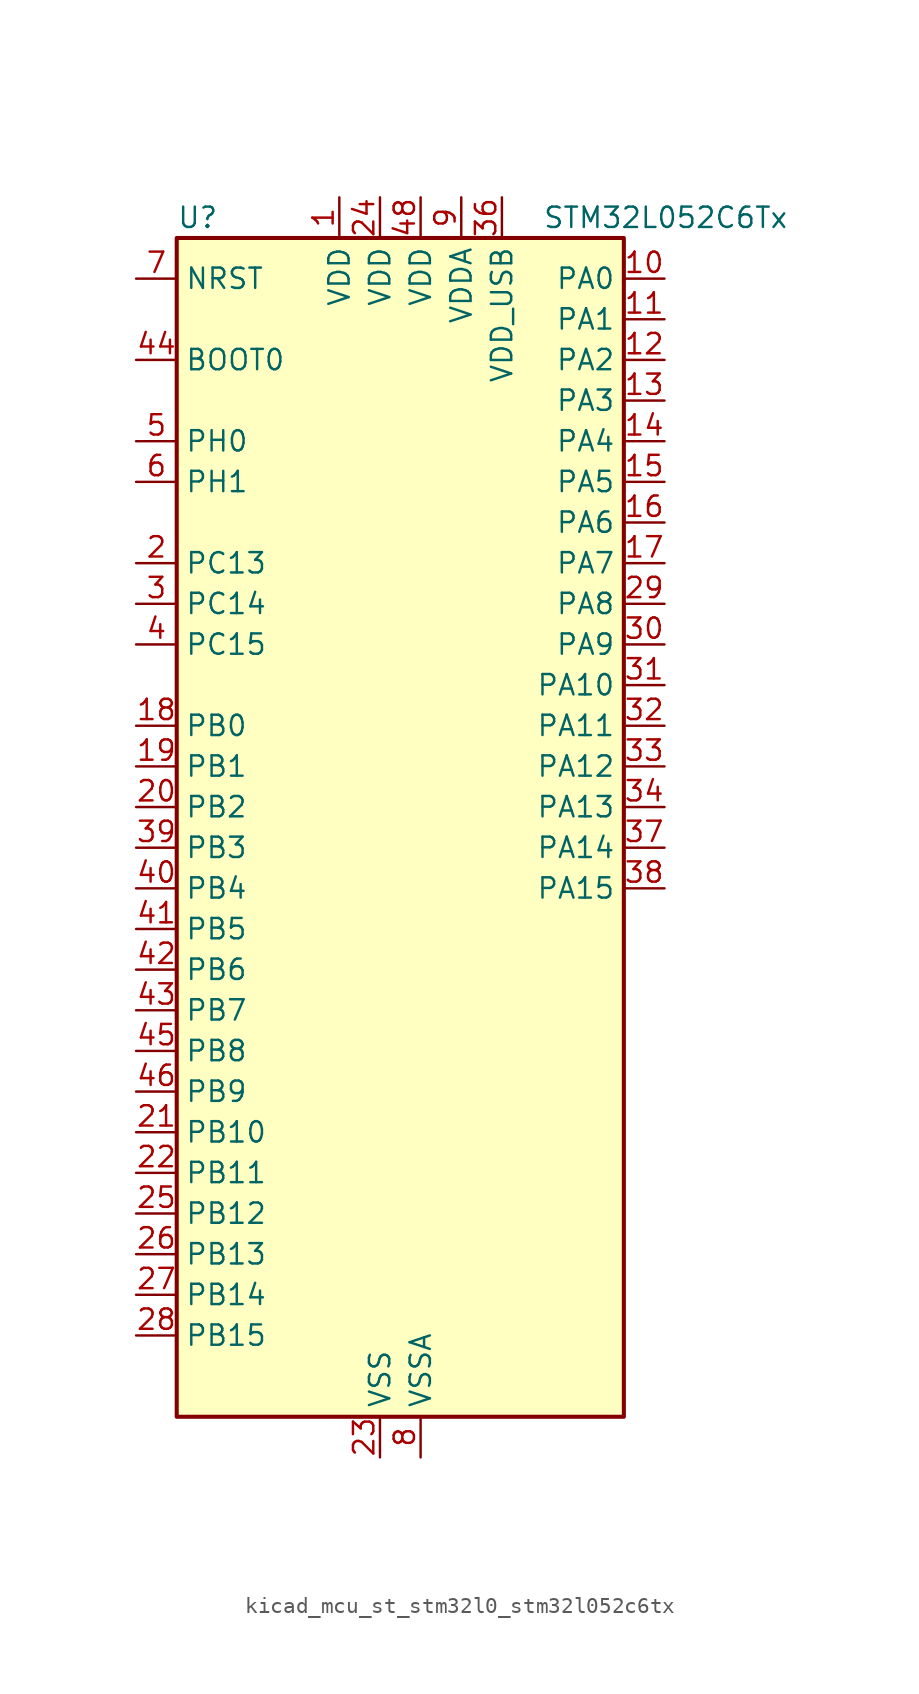
<source format=kicad_sym>
(kicad_symbol_lib
  (version 20220914)
  (generator kicad_symbol_editor)
  (symbol "kicad_mcu_st_stm32l0_stm32l052c6tx"
    (property "Reference" "U"
      (at -12.7 39.37 0)
      (effects (font (size 1.27 1.27)) (justify left)))
    (property "Value" "STM32L052C6Tx"
      (at 10.16 39.37 0)
      (effects (font (size 1.27 1.27)) (justify left)))
    (property "ki_locked" ""
      (at 0 0 0)
      (effects (font (size 1.27 1.27))))
    (symbol "kicad_mcu_st_stm32l0_stm32l052c6tx_0_1"
      (rectangle (start -12.7 -35.56) (end 15.24 38.1) (stroke (width 0.254) (type default)) (fill (type background))))
    (symbol "kicad_mcu_st_stm32l0_stm32l052c6tx_1_1"
      (pin power_in line (at -2.54 40.64 270) (length 2.54) (name "VDD" (effects (font (size 1.27 1.27)))) (number "1" (effects (font (size 1.27 1.27)))))
      (pin bidirectional line (at 17.78 35.56 180) (length 2.54) (name "PA0" (effects (font (size 1.27 1.27)))) (number "10" (effects (font (size 1.27 1.27)))) (alternate "ADC_IN0" bidirectional line) (alternate "COMP1_INM" bidirectional line) (alternate "COMP1_OUT" bidirectional line) (alternate "RTC_TAMP2" bidirectional line) (alternate "SYS_WKUP1" bidirectional line) (alternate "TIM2_CH1" bidirectional line) (alternate "TIM2_ETR" bidirectional line) (alternate "TSC_G1_IO1" bidirectional line) (alternate "USART2_CTS" bidirectional line))
      (pin bidirectional line (at 17.78 33.02 180) (length 2.54) (name "PA1" (effects (font (size 1.27 1.27)))) (number "11" (effects (font (size 1.27 1.27)))) (alternate "ADC_IN1" bidirectional line) (alternate "COMP1_INP" bidirectional line) (alternate "TIM21_ETR" bidirectional line) (alternate "TIM2_CH2" bidirectional line) (alternate "TSC_G1_IO2" bidirectional line) (alternate "USART2_DE" bidirectional line) (alternate "USART2_RTS" bidirectional line))
      (pin bidirectional line (at 17.78 30.48 180) (length 2.54) (name "PA2" (effects (font (size 1.27 1.27)))) (number "12" (effects (font (size 1.27 1.27)))) (alternate "ADC_IN2" bidirectional line) (alternate "COMP2_INM" bidirectional line) (alternate "COMP2_OUT" bidirectional line) (alternate "TIM21_CH1" bidirectional line) (alternate "TIM2_CH3" bidirectional line) (alternate "TSC_G1_IO3" bidirectional line) (alternate "USART2_TX" bidirectional line))
      (pin bidirectional line (at 17.78 27.94 180) (length 2.54) (name "PA3" (effects (font (size 1.27 1.27)))) (number "13" (effects (font (size 1.27 1.27)))) (alternate "ADC_IN3" bidirectional line) (alternate "COMP2_INP" bidirectional line) (alternate "TIM21_CH2" bidirectional line) (alternate "TIM2_CH4" bidirectional line) (alternate "TSC_G1_IO4" bidirectional line) (alternate "USART2_RX" bidirectional line))
      (pin bidirectional line (at 17.78 25.4 180) (length 2.54) (name "PA4" (effects (font (size 1.27 1.27)))) (number "14" (effects (font (size 1.27 1.27)))) (alternate "ADC_IN4" bidirectional line) (alternate "COMP1_INM" bidirectional line) (alternate "COMP2_INM" bidirectional line) (alternate "DAC_OUT1" bidirectional line) (alternate "SPI1_NSS" bidirectional line) (alternate "TIM22_ETR" bidirectional line) (alternate "TSC_G2_IO1" bidirectional line) (alternate "USART2_CK" bidirectional line))
      (pin bidirectional line (at 17.78 22.86 180) (length 2.54) (name "PA5" (effects (font (size 1.27 1.27)))) (number "15" (effects (font (size 1.27 1.27)))) (alternate "ADC_IN5" bidirectional line) (alternate "COMP1_INM" bidirectional line) (alternate "COMP2_INM" bidirectional line) (alternate "SPI1_SCK" bidirectional line) (alternate "TIM2_CH1" bidirectional line) (alternate "TIM2_ETR" bidirectional line) (alternate "TSC_G2_IO2" bidirectional line))
      (pin bidirectional line (at 17.78 20.32 180) (length 2.54) (name "PA6" (effects (font (size 1.27 1.27)))) (number "16" (effects (font (size 1.27 1.27)))) (alternate "ADC_IN6" bidirectional line) (alternate "COMP1_OUT" bidirectional line) (alternate "LPUART1_CTS" bidirectional line) (alternate "SPI1_MISO" bidirectional line) (alternate "TIM22_CH1" bidirectional line) (alternate "TSC_G2_IO3" bidirectional line))
      (pin bidirectional line (at 17.78 17.78 180) (length 2.54) (name "PA7" (effects (font (size 1.27 1.27)))) (number "17" (effects (font (size 1.27 1.27)))) (alternate "ADC_IN7" bidirectional line) (alternate "COMP2_OUT" bidirectional line) (alternate "SPI1_MOSI" bidirectional line) (alternate "TIM22_CH2" bidirectional line) (alternate "TSC_G2_IO4" bidirectional line))
      (pin bidirectional line (at -15.24 7.62 0) (length 2.54) (name "PB0" (effects (font (size 1.27 1.27)))) (number "18" (effects (font (size 1.27 1.27)))) (alternate "ADC_IN8" bidirectional line) (alternate "SYS_VREF_OUT_PB0" bidirectional line) (alternate "TSC_G3_IO2" bidirectional line))
      (pin bidirectional line (at -15.24 5.08 0) (length 2.54) (name "PB1" (effects (font (size 1.27 1.27)))) (number "19" (effects (font (size 1.27 1.27)))) (alternate "ADC_IN9" bidirectional line) (alternate "LPUART1_DE" bidirectional line) (alternate "LPUART1_RTS" bidirectional line) (alternate "SYS_VREF_OUT_PB1" bidirectional line) (alternate "TSC_G3_IO3" bidirectional line))
      (pin bidirectional line (at -15.24 17.78 0) (length 2.54) (name "PC13" (effects (font (size 1.27 1.27)))) (number "2" (effects (font (size 1.27 1.27)))) (alternate "RTC_OUT_ALARM" bidirectional line) (alternate "RTC_OUT_CALIB" bidirectional line) (alternate "RTC_TAMP1" bidirectional line) (alternate "RTC_TS" bidirectional line) (alternate "SYS_WKUP2" bidirectional line))
      (pin bidirectional line (at -15.24 2.54 0) (length 2.54) (name "PB2" (effects (font (size 1.27 1.27)))) (number "20" (effects (font (size 1.27 1.27)))) (alternate "LPTIM1_OUT" bidirectional line) (alternate "TSC_G3_IO4" bidirectional line))
      (pin bidirectional line (at -15.24 -17.78 0) (length 2.54) (name "PB10" (effects (font (size 1.27 1.27)))) (number "21" (effects (font (size 1.27 1.27)))) (alternate "I2C2_SCL" bidirectional line) (alternate "LPUART1_TX" bidirectional line) (alternate "SPI2_SCK" bidirectional line) (alternate "TIM2_CH3" bidirectional line) (alternate "TSC_SYNC" bidirectional line))
      (pin bidirectional line (at -15.24 -20.32 0) (length 2.54) (name "PB11" (effects (font (size 1.27 1.27)))) (number "22" (effects (font (size 1.27 1.27)))) (alternate "ADC_EXTI11" bidirectional line) (alternate "I2C2_SDA" bidirectional line) (alternate "LPUART1_RX" bidirectional line) (alternate "TIM2_CH4" bidirectional line) (alternate "TSC_G6_IO1" bidirectional line))
      (pin power_in line (at 0 -38.1 90) (length 2.54) (name "VSS" (effects (font (size 1.27 1.27)))) (number "23" (effects (font (size 1.27 1.27)))))
      (pin power_in line (at 0 40.64 270) (length 2.54) (name "VDD" (effects (font (size 1.27 1.27)))) (number "24" (effects (font (size 1.27 1.27)))))
      (pin bidirectional line (at -15.24 -22.86 0) (length 2.54) (name "PB12" (effects (font (size 1.27 1.27)))) (number "25" (effects (font (size 1.27 1.27)))) (alternate "I2S2_WS" bidirectional line) (alternate "LPUART1_DE" bidirectional line) (alternate "LPUART1_RTS" bidirectional line) (alternate "SPI2_NSS" bidirectional line) (alternate "TSC_G6_IO2" bidirectional line))
      (pin bidirectional line (at -15.24 -25.4 0) (length 2.54) (name "PB13" (effects (font (size 1.27 1.27)))) (number "26" (effects (font (size 1.27 1.27)))) (alternate "I2C2_SCL" bidirectional line) (alternate "I2S2_CK" bidirectional line) (alternate "LPUART1_CTS" bidirectional line) (alternate "SPI2_SCK" bidirectional line) (alternate "TIM21_CH1" bidirectional line) (alternate "TSC_G6_IO3" bidirectional line))
      (pin bidirectional line (at -15.24 -27.94 0) (length 2.54) (name "PB14" (effects (font (size 1.27 1.27)))) (number "27" (effects (font (size 1.27 1.27)))) (alternate "I2C2_SDA" bidirectional line) (alternate "I2S2_MCK" bidirectional line) (alternate "LPUART1_DE" bidirectional line) (alternate "LPUART1_RTS" bidirectional line) (alternate "RTC_OUT_ALARM" bidirectional line) (alternate "RTC_OUT_CALIB" bidirectional line) (alternate "SPI2_MISO" bidirectional line) (alternate "TIM21_CH2" bidirectional line) (alternate "TSC_G6_IO4" bidirectional line))
      (pin bidirectional line (at -15.24 -30.48 0) (length 2.54) (name "PB15" (effects (font (size 1.27 1.27)))) (number "28" (effects (font (size 1.27 1.27)))) (alternate "I2S2_SD" bidirectional line) (alternate "RTC_REFIN" bidirectional line) (alternate "SPI2_MOSI" bidirectional line))
      (pin bidirectional line (at 17.78 15.24 180) (length 2.54) (name "PA8" (effects (font (size 1.27 1.27)))) (number "29" (effects (font (size 1.27 1.27)))) (alternate "CRS_SYNC" bidirectional line) (alternate "RCC_MCO" bidirectional line) (alternate "USART1_CK" bidirectional line))
      (pin bidirectional line (at -15.24 15.24 0) (length 2.54) (name "PC14" (effects (font (size 1.27 1.27)))) (number "3" (effects (font (size 1.27 1.27)))) (alternate "RCC_OSC32_IN" bidirectional line))
      (pin bidirectional line (at 17.78 12.7 180) (length 2.54) (name "PA9" (effects (font (size 1.27 1.27)))) (number "30" (effects (font (size 1.27 1.27)))) (alternate "DAC_EXTI9" bidirectional line) (alternate "RCC_MCO" bidirectional line) (alternate "TSC_G4_IO1" bidirectional line) (alternate "USART1_TX" bidirectional line))
      (pin bidirectional line (at 17.78 10.16 180) (length 2.54) (name "PA10" (effects (font (size 1.27 1.27)))) (number "31" (effects (font (size 1.27 1.27)))) (alternate "TSC_G4_IO2" bidirectional line) (alternate "USART1_RX" bidirectional line))
      (pin bidirectional line (at 17.78 7.62 180) (length 2.54) (name "PA11" (effects (font (size 1.27 1.27)))) (number "32" (effects (font (size 1.27 1.27)))) (alternate "ADC_EXTI11" bidirectional line) (alternate "COMP1_OUT" bidirectional line) (alternate "SPI1_MISO" bidirectional line) (alternate "TSC_G4_IO3" bidirectional line) (alternate "USART1_CTS" bidirectional line) (alternate "USB_DM" bidirectional line))
      (pin bidirectional line (at 17.78 5.08 180) (length 2.54) (name "PA12" (effects (font (size 1.27 1.27)))) (number "33" (effects (font (size 1.27 1.27)))) (alternate "COMP2_OUT" bidirectional line) (alternate "SPI1_MOSI" bidirectional line) (alternate "TSC_G4_IO4" bidirectional line) (alternate "USART1_DE" bidirectional line) (alternate "USART1_RTS" bidirectional line) (alternate "USB_DP" bidirectional line))
      (pin bidirectional line (at 17.78 2.54 180) (length 2.54) (name "PA13" (effects (font (size 1.27 1.27)))) (number "34" (effects (font (size 1.27 1.27)))) (alternate "SYS_SWDIO" bidirectional line) (alternate "USB_NOE" bidirectional line))
      (pin passive line (at 0 -38.1 90) (length 2.54) hide (name "VSS" (effects (font (size 1.27 1.27)))) (number "35" (effects (font (size 1.27 1.27)))))
      (pin power_in line (at 7.62 40.64 270) (length 2.54) (name "VDD_USB" (effects (font (size 1.27 1.27)))) (number "36" (effects (font (size 1.27 1.27)))))
      (pin bidirectional line (at 17.78 0 180) (length 2.54) (name "PA14" (effects (font (size 1.27 1.27)))) (number "37" (effects (font (size 1.27 1.27)))) (alternate "SYS_SWCLK" bidirectional line) (alternate "USART2_TX" bidirectional line))
      (pin bidirectional line (at 17.78 -2.54 180) (length 2.54) (name "PA15" (effects (font (size 1.27 1.27)))) (number "38" (effects (font (size 1.27 1.27)))) (alternate "SPI1_NSS" bidirectional line) (alternate "TIM2_CH1" bidirectional line) (alternate "TIM2_ETR" bidirectional line) (alternate "USART2_RX" bidirectional line))
      (pin bidirectional line (at -15.24 0 0) (length 2.54) (name "PB3" (effects (font (size 1.27 1.27)))) (number "39" (effects (font (size 1.27 1.27)))) (alternate "COMP2_INM" bidirectional line) (alternate "SPI1_SCK" bidirectional line) (alternate "TIM2_CH2" bidirectional line) (alternate "TSC_G5_IO1" bidirectional line))
      (pin bidirectional line (at -15.24 12.7 0) (length 2.54) (name "PC15" (effects (font (size 1.27 1.27)))) (number "4" (effects (font (size 1.27 1.27)))) (alternate "RCC_OSC32_OUT" bidirectional line))
      (pin bidirectional line (at -15.24 -2.54 0) (length 2.54) (name "PB4" (effects (font (size 1.27 1.27)))) (number "40" (effects (font (size 1.27 1.27)))) (alternate "COMP2_INP" bidirectional line) (alternate "SPI1_MISO" bidirectional line) (alternate "TIM22_CH1" bidirectional line) (alternate "TSC_G5_IO2" bidirectional line))
      (pin bidirectional line (at -15.24 -5.08 0) (length 2.54) (name "PB5" (effects (font (size 1.27 1.27)))) (number "41" (effects (font (size 1.27 1.27)))) (alternate "COMP2_INP" bidirectional line) (alternate "I2C1_SMBA" bidirectional line) (alternate "LPTIM1_IN1" bidirectional line) (alternate "SPI1_MOSI" bidirectional line) (alternate "TIM22_CH2" bidirectional line))
      (pin bidirectional line (at -15.24 -7.62 0) (length 2.54) (name "PB6" (effects (font (size 1.27 1.27)))) (number "42" (effects (font (size 1.27 1.27)))) (alternate "COMP2_INP" bidirectional line) (alternate "I2C1_SCL" bidirectional line) (alternate "LPTIM1_ETR" bidirectional line) (alternate "TSC_G5_IO3" bidirectional line) (alternate "USART1_TX" bidirectional line))
      (pin bidirectional line (at -15.24 -10.16 0) (length 2.54) (name "PB7" (effects (font (size 1.27 1.27)))) (number "43" (effects (font (size 1.27 1.27)))) (alternate "COMP2_INP" bidirectional line) (alternate "I2C1_SDA" bidirectional line) (alternate "LPTIM1_IN2" bidirectional line) (alternate "SYS_PVD_IN" bidirectional line) (alternate "TSC_G5_IO4" bidirectional line) (alternate "USART1_RX" bidirectional line))
      (pin input line (at -15.24 30.48 0) (length 2.54) (name "BOOT0" (effects (font (size 1.27 1.27)))) (number "44" (effects (font (size 1.27 1.27)))))
      (pin bidirectional line (at -15.24 -12.7 0) (length 2.54) (name "PB8" (effects (font (size 1.27 1.27)))) (number "45" (effects (font (size 1.27 1.27)))) (alternate "I2C1_SCL" bidirectional line) (alternate "TSC_SYNC" bidirectional line))
      (pin bidirectional line (at -15.24 -15.24 0) (length 2.54) (name "PB9" (effects (font (size 1.27 1.27)))) (number "46" (effects (font (size 1.27 1.27)))) (alternate "DAC_EXTI9" bidirectional line) (alternate "I2C1_SDA" bidirectional line) (alternate "I2S2_WS" bidirectional line) (alternate "SPI2_NSS" bidirectional line))
      (pin passive line (at 0 -38.1 90) (length 2.54) hide (name "VSS" (effects (font (size 1.27 1.27)))) (number "47" (effects (font (size 1.27 1.27)))))
      (pin power_in line (at 2.54 40.64 270) (length 2.54) (name "VDD" (effects (font (size 1.27 1.27)))) (number "48" (effects (font (size 1.27 1.27)))))
      (pin bidirectional line (at -15.24 25.4 0) (length 2.54) (name "PH0" (effects (font (size 1.27 1.27)))) (number "5" (effects (font (size 1.27 1.27)))) (alternate "CRS_SYNC" bidirectional line) (alternate "RCC_OSC_IN" bidirectional line))
      (pin bidirectional line (at -15.24 22.86 0) (length 2.54) (name "PH1" (effects (font (size 1.27 1.27)))) (number "6" (effects (font (size 1.27 1.27)))) (alternate "RCC_OSC_OUT" bidirectional line))
      (pin input line (at -15.24 35.56 0) (length 2.54) (name "NRST" (effects (font (size 1.27 1.27)))) (number "7" (effects (font (size 1.27 1.27)))))
      (pin power_in line (at 2.54 -38.1 90) (length 2.54) (name "VSSA" (effects (font (size 1.27 1.27)))) (number "8" (effects (font (size 1.27 1.27)))))
      (pin power_in line (at 5.08 40.64 270) (length 2.54) (name "VDDA" (effects (font (size 1.27 1.27)))) (number "9" (effects (font (size 1.27 1.27))))))))
</source>
